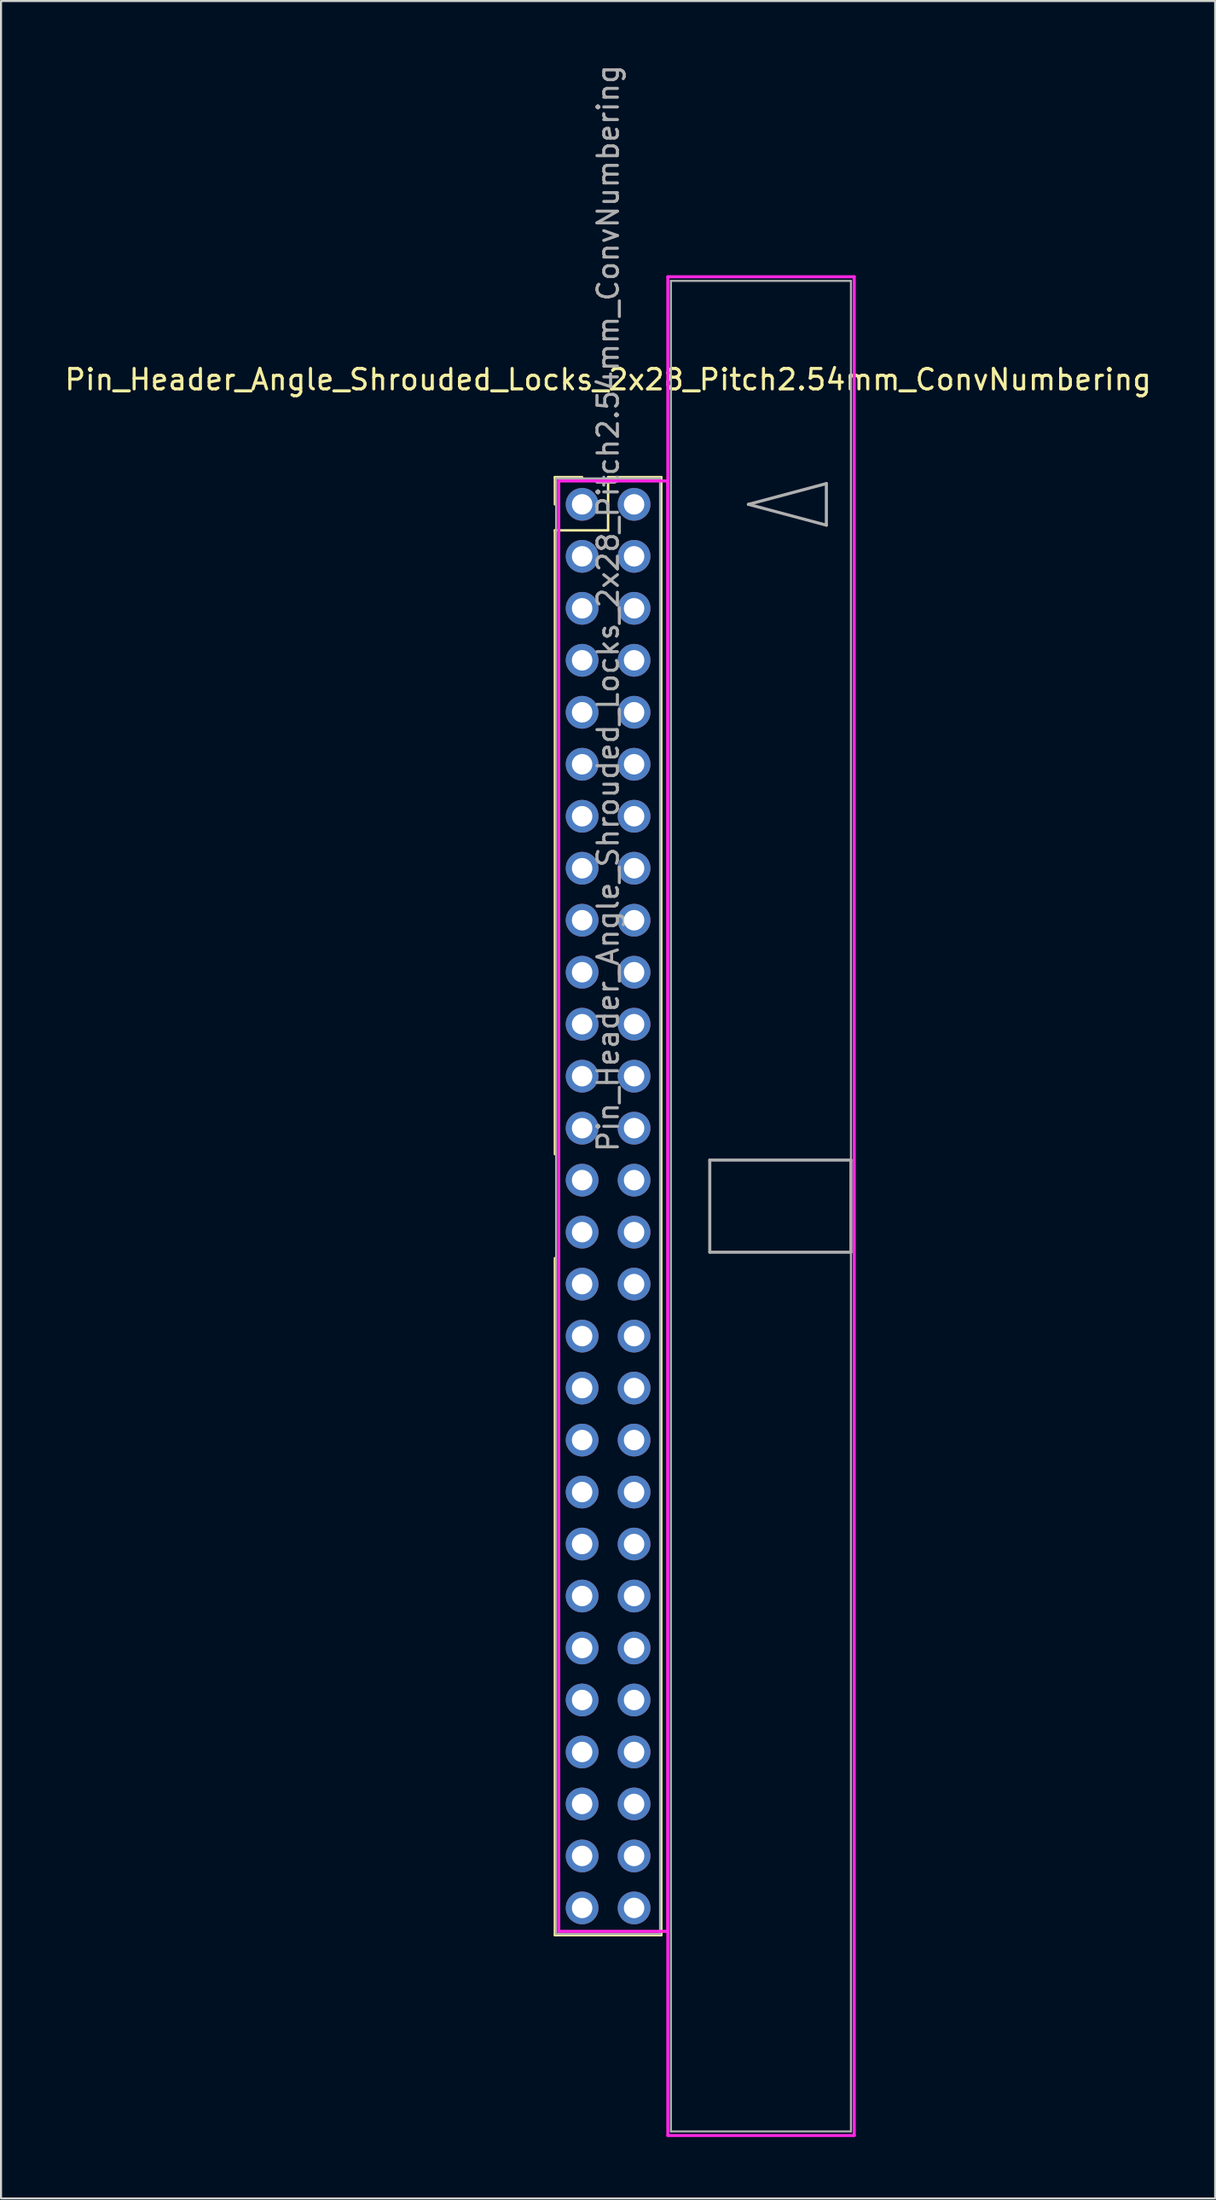
<source format=kicad_pcb>
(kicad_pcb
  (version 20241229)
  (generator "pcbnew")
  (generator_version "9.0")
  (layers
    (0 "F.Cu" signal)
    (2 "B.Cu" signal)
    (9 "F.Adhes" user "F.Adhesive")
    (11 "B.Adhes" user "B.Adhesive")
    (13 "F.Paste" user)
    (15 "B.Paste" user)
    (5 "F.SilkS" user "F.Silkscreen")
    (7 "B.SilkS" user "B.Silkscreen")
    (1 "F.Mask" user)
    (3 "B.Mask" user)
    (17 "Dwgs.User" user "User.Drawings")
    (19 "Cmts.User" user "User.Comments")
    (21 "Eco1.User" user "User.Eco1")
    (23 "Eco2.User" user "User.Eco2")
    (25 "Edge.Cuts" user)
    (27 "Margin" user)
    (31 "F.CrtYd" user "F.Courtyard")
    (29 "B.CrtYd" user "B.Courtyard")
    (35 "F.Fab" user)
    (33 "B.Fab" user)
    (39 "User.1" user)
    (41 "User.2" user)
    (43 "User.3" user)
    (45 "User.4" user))
  (footprint "Pin_Header_Angle_Shrouded_Locks_2x28_Pitch2.54mm_ConvNumbering"
    (layer "F.Cu")
    (at 25.403 21.593)
    (property "Reference" "Pin_Header_Angle_Shrouded_Locks_2x28_Pitch2.54mm_ConvNumbering" (at 1.27 -6.096 0) (layer "F.SilkS") (effects (font (size 1 1) (thickness 0.15))))
    (attr through_hole)
    (fp_line (start -1.33 -1.33) (end 0 -1.33) (stroke (width 0.12) (type solid)) (layer "F.SilkS"))
    (fp_line (start -1.33 0) (end -1.33 -1.33) (stroke (width 0.12) (type solid)) (layer "F.SilkS"))
    (fp_line (start -1.33 1.27) (end -1.33 31.75) (stroke (width 0.12) (type solid)) (layer "F.SilkS"))
    (fp_line (start -1.33 1.27) (end 1.27 1.27) (stroke (width 0.12) (type solid)) (layer "F.SilkS"))
    (fp_line (start -1.33 36.83) (end -1.33 69.91) (stroke (width 0.12) (type solid)) (layer "F.SilkS"))
    (fp_line (start -1.33 69.91) (end 3.87 69.91) (stroke (width 0.12) (type solid)) (layer "F.SilkS"))
    (fp_line (start 1.27 -1.33) (end 3.87 -1.33) (stroke (width 0.12) (type solid)) (layer "F.SilkS"))
    (fp_line (start 1.27 1.27) (end 1.27 -1.33) (stroke (width 0.12) (type solid)) (layer "F.SilkS"))
    (fp_line (start 3.87 -1.33) (end 3.87 69.91) (stroke (width 0.12) (type solid)) (layer "F.SilkS"))
    (fp_line (start -1.143 -1.143) (end -1.143 69.723) (stroke (width 0.15) (type solid)) (layer "F.CrtYd"))
    (fp_line (start -1.143 69.723) (end 4.19 69.723) (stroke (width 0.15) (type solid)) (layer "F.CrtYd"))
    (fp_line (start 4.19 -11.12) (end 4.19 79.7) (stroke (width 0.15) (type solid)) (layer "F.CrtYd"))
    (fp_line (start 4.19 -1.143) (end -1.143 -1.143) (stroke (width 0.15) (type solid)) (layer "F.CrtYd"))
    (fp_line (start 4.19 69.723) (end 4.19 -1.143) (stroke (width 0.15) (type solid)) (layer "F.CrtYd"))
    (fp_line (start 4.19 79.7) (end 13.3 79.7) (stroke (width 0.15) (type solid)) (layer "F.CrtYd"))
    (fp_line (start 13.3 -11.12) (end 4.19 -11.12) (stroke (width 0.15) (type solid)) (layer "F.CrtYd"))
    (fp_line (start 13.3 79.7) (end 13.3 -11.12) (stroke (width 0.15) (type solid)) (layer "F.CrtYd"))
    (fp_line (start -1.27 -1.27) (end -1.27 69.85) (stroke (width 0.1) (type solid)) (layer "F.Fab"))
    (fp_line (start -1.27 69.85) (end 3.81 69.85) (stroke (width 0.1) (type solid)) (layer "F.Fab"))
    (fp_line (start 3.81 -1.27) (end -1.27 -1.27) (stroke (width 0.1) (type solid)) (layer "F.Fab"))
    (fp_line (start 3.81 69.85) (end 3.81 -1.27) (stroke (width 0.1) (type solid)) (layer "F.Fab"))
    (fp_line (start 4.34 -10.92) (end 4.34 79.5) (stroke (width 0.1) (type solid)) (layer "F.Fab"))
    (fp_line (start 4.34 79.5) (end 13.14 79.5) (stroke (width 0.1) (type solid)) (layer "F.Fab"))
    (fp_line (start 6.24 32.04) (end 6.24 36.54) (stroke (width 0.15) (type solid)) (layer "F.Fab"))
    (fp_line (start 6.24 36.54) (end 13.14 36.54) (stroke (width 0.15) (type solid)) (layer "F.Fab"))
    (fp_line (start 8.128 0) (end 11.938 -1.016) (stroke (width 0.15) (type solid)) (layer "F.Fab"))
    (fp_line (start 11.938 -1.016) (end 11.938 1.016) (stroke (width 0.15) (type solid)) (layer "F.Fab"))
    (fp_line (start 11.938 1.016) (end 8.128 0) (stroke (width 0.15) (type solid)) (layer "F.Fab"))
    (fp_line (start 13.14 -10.92) (end 4.34 -10.92) (stroke (width 0.1) (type solid)) (layer "F.Fab"))
    (fp_line (start 13.14 32.04) (end 6.24 32.04) (stroke (width 0.15) (type solid)) (layer "F.Fab"))
    (fp_line (start 13.14 36.54) (end 13.14 32.04) (stroke (width 0.15) (type solid)) (layer "F.Fab"))
    (fp_line (start 13.14 79.5) (end 13.14 -10.92) (stroke (width 0.1) (type solid)) (layer "F.Fab"))
    (fp_text user "${REFERENCE}" (at 1.27 5.08 90) (layer "F.Fab") (effects (font (size 1 1) (thickness 0.15))))
    (pad "1" thru_hole oval (at 0 0) (size 1.6 1.6) (drill 1) (layers "*.Cu" "*.Mask"))
    (pad "2" thru_hole oval (at 2.54 0) (size 1.6 1.6) (drill 1) (layers "*.Cu" "*.Mask"))
    (pad "3" thru_hole oval (at 0 2.54) (size 1.6 1.6) (drill 1) (layers "*.Cu" "*.Mask"))
    (pad "4" thru_hole oval (at 2.54 2.54) (size 1.6 1.6) (drill 1) (layers "*.Cu" "*.Mask"))
    (pad "5" thru_hole oval (at 0 5.08) (size 1.6 1.6) (drill 1) (layers "*.Cu" "*.Mask"))
    (pad "6" thru_hole oval (at 2.54 5.08) (size 1.6 1.6) (drill 1) (layers "*.Cu" "*.Mask"))
    (pad "7" thru_hole oval (at 0 7.62) (size 1.6 1.6) (drill 1) (layers "*.Cu" "*.Mask"))
    (pad "8" thru_hole oval (at 2.54 7.62) (size 1.6 1.6) (drill 1) (layers "*.Cu" "*.Mask"))
    (pad "9" thru_hole oval (at 0 10.16) (size 1.6 1.6) (drill 1) (layers "*.Cu" "*.Mask"))
    (pad "10" thru_hole oval (at 2.54 10.16) (size 1.6 1.6) (drill 1) (layers "*.Cu" "*.Mask"))
    (pad "11" thru_hole oval (at 0 12.7) (size 1.6 1.6) (drill 1) (layers "*.Cu" "*.Mask"))
    (pad "12" thru_hole oval (at 2.54 12.7) (size 1.6 1.6) (drill 1) (layers "*.Cu" "*.Mask"))
    (pad "13" thru_hole oval (at 0 15.24) (size 1.6 1.6) (drill 1) (layers "*.Cu" "*.Mask"))
    (pad "14" thru_hole oval (at 2.54 15.24) (size 1.6 1.6) (drill 1) (layers "*.Cu" "*.Mask"))
    (pad "15" thru_hole oval (at 0 17.78) (size 1.6 1.6) (drill 1) (layers "*.Cu" "*.Mask"))
    (pad "16" thru_hole oval (at 2.54 17.78) (size 1.6 1.6) (drill 1) (layers "*.Cu" "*.Mask"))
    (pad "17" thru_hole oval (at 0 20.32) (size 1.6 1.6) (drill 1) (layers "*.Cu" "*.Mask"))
    (pad "18" thru_hole oval (at 2.54 20.32) (size 1.6 1.6) (drill 1) (layers "*.Cu" "*.Mask"))
    (pad "19" thru_hole oval (at 0 22.86) (size 1.6 1.6) (drill 1) (layers "*.Cu" "*.Mask"))
    (pad "20" thru_hole oval (at 2.54 22.86) (size 1.6 1.6) (drill 1) (layers "*.Cu" "*.Mask"))
    (pad "21" thru_hole oval (at 0 25.4) (size 1.6 1.6) (drill 1) (layers "*.Cu" "*.Mask"))
    (pad "22" thru_hole oval (at 2.54 25.4) (size 1.6 1.6) (drill 1) (layers "*.Cu" "*.Mask"))
    (pad "23" thru_hole oval (at 0 27.94) (size 1.6 1.6) (drill 1) (layers "*.Cu" "*.Mask"))
    (pad "24" thru_hole oval (at 2.54 27.94) (size 1.6 1.6) (drill 1) (layers "*.Cu" "*.Mask"))
    (pad "25" thru_hole oval (at 0 30.48) (size 1.6 1.6) (drill 1) (layers "*.Cu" "*.Mask"))
    (pad "26" thru_hole oval (at 2.54 30.48) (size 1.6 1.6) (drill 1) (layers "*.Cu" "*.Mask"))
    (pad "27" thru_hole oval (at 0 33.02) (size 1.6 1.6) (drill 1) (layers "*.Cu" "*.Mask"))
    (pad "28" thru_hole oval (at 2.54 33.02) (size 1.6 1.6) (drill 1) (layers "*.Cu" "*.Mask"))
    (pad "29" thru_hole oval (at 0 35.56) (size 1.6 1.6) (drill 1) (layers "*.Cu" "*.Mask"))
    (pad "30" thru_hole oval (at 2.54 35.56) (size 1.6 1.6) (drill 1) (layers "*.Cu" "*.Mask"))
    (pad "31" thru_hole oval (at 0 38.1) (size 1.6 1.6) (drill 1) (layers "*.Cu" "*.Mask"))
    (pad "32" thru_hole oval (at 2.54 38.1) (size 1.6 1.6) (drill 1) (layers "*.Cu" "*.Mask"))
    (pad "33" thru_hole oval (at 0 40.64) (size 1.6 1.6) (drill 1) (layers "*.Cu" "*.Mask"))
    (pad "34" thru_hole oval (at 2.54 40.64) (size 1.6 1.6) (drill 1) (layers "*.Cu" "*.Mask"))
    (pad "35" thru_hole oval (at 0 43.18) (size 1.6 1.6) (drill 1) (layers "*.Cu" "*.Mask"))
    (pad "36" thru_hole oval (at 2.54 43.18) (size 1.6 1.6) (drill 1) (layers "*.Cu" "*.Mask"))
    (pad "37" thru_hole oval (at 0 45.72) (size 1.6 1.6) (drill 1) (layers "*.Cu" "*.Mask"))
    (pad "38" thru_hole oval (at 2.54 45.72) (size 1.6 1.6) (drill 1) (layers "*.Cu" "*.Mask"))
    (pad "39" thru_hole oval (at 0 48.26) (size 1.6 1.6) (drill 1) (layers "*.Cu" "*.Mask"))
    (pad "40" thru_hole oval (at 2.54 48.26) (size 1.6 1.6) (drill 1) (layers "*.Cu" "*.Mask"))
    (pad "41" thru_hole oval (at 0 50.8) (size 1.6 1.6) (drill 1) (layers "*.Cu" "*.Mask"))
    (pad "42" thru_hole oval (at 2.54 50.8) (size 1.6 1.6) (drill 1) (layers "*.Cu" "*.Mask"))
    (pad "43" thru_hole oval (at 0 53.34) (size 1.6 1.6) (drill 1) (layers "*.Cu" "*.Mask"))
    (pad "44" thru_hole oval (at 2.54 53.34) (size 1.6 1.6) (drill 1) (layers "*.Cu" "*.Mask"))
    (pad "45" thru_hole oval (at 0 55.88) (size 1.6 1.6) (drill 1) (layers "*.Cu" "*.Mask"))
    (pad "46" thru_hole oval (at 2.54 55.88) (size 1.6 1.6) (drill 1) (layers "*.Cu" "*.Mask"))
    (pad "47" thru_hole oval (at 0 58.42) (size 1.6 1.6) (drill 1) (layers "*.Cu" "*.Mask"))
    (pad "48" thru_hole oval (at 2.54 58.42) (size 1.6 1.6) (drill 1) (layers "*.Cu" "*.Mask"))
    (pad "49" thru_hole oval (at 0 60.96) (size 1.6 1.6) (drill 1) (layers "*.Cu" "*.Mask"))
    (pad "50" thru_hole oval (at 2.54 60.96) (size 1.6 1.6) (drill 1) (layers "*.Cu" "*.Mask"))
    (pad "51" thru_hole oval (at 0 63.5) (size 1.6 1.6) (drill 1) (layers "*.Cu" "*.Mask"))
    (pad "52" thru_hole oval (at 2.54 63.5) (size 1.6 1.6) (drill 1) (layers "*.Cu" "*.Mask"))
    (pad "53" thru_hole oval (at 0 66.04) (size 1.6 1.6) (drill 1) (layers "*.Cu" "*.Mask"))
    (pad "54" thru_hole oval (at 2.54 66.04) (size 1.6 1.6) (drill 1) (layers "*.Cu" "*.Mask"))
    (pad "55" thru_hole oval (at 0 68.58) (size 1.6 1.6) (drill 1) (layers "*.Cu" "*.Mask"))
    (pad "56" thru_hole oval (at 2.54 68.58) (size 1.6 1.6) (drill 1) (layers "*.Cu" "*.Mask")))
  (gr_rect
    (start -3 -3)
    (end 56.345 104.368)
    (stroke (width 0.1) (type default))
    (fill no)
    (layer "Edge.Cuts")))
</source>
